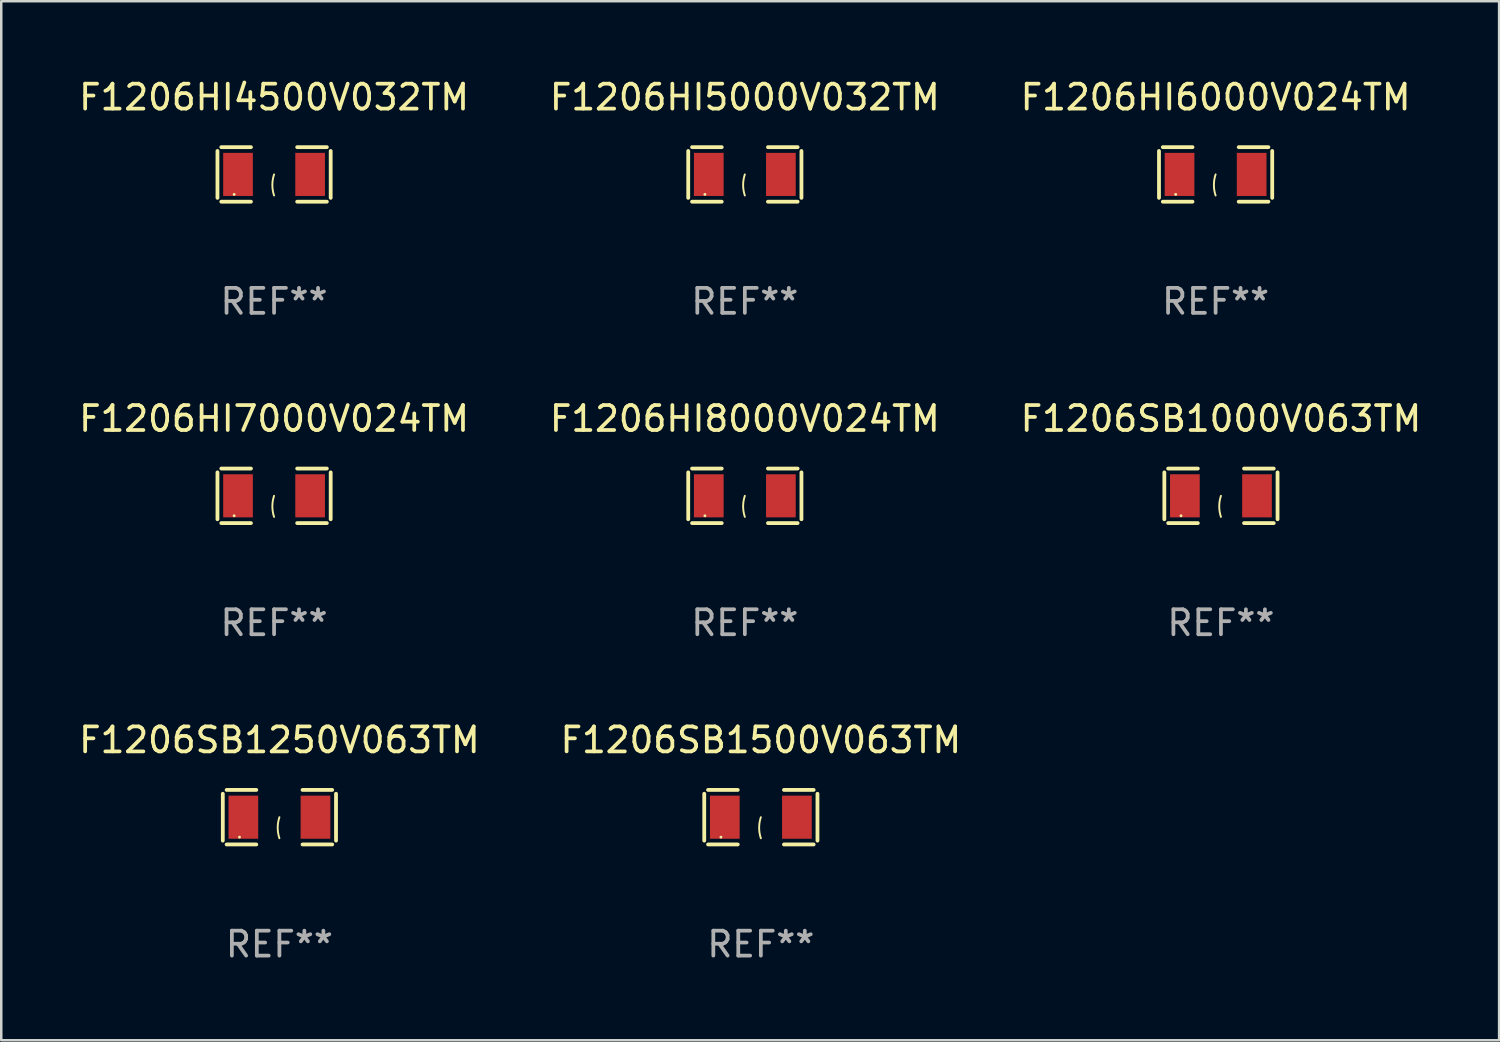
<source format=kicad_pcb>
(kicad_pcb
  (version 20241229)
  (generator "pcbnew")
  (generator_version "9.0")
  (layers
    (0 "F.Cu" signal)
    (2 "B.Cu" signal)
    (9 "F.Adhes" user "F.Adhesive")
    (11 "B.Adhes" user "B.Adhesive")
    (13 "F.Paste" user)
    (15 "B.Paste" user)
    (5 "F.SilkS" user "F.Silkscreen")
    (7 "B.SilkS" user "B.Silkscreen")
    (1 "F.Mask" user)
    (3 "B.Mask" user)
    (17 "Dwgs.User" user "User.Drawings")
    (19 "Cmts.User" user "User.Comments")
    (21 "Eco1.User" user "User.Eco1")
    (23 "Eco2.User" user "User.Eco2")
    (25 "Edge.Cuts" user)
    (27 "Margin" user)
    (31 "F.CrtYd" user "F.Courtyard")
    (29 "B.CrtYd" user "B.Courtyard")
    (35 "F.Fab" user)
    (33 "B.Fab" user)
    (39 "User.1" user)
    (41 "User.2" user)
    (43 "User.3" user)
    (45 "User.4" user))
  (footprint "F1206SB1250V063TM"
    (layer "F.Cu")
    (at 8.149 29.704)
    (property "Reference" "F1206SB1250V063TM" (at 0 -3.093 0) (layer "F.SilkS") (effects (font (size 1 1) (thickness 0.15))))
    (attr through_hole)
    (fp_line (start -2.269 -0.94) (end -2.269 0.94) (stroke (width 0.152) (type solid)) (layer "F.SilkS"))
    (fp_line (start -2.116 1.093) (end -0.926 1.093) (stroke (width 0.152) (type solid)) (layer "F.SilkS"))
    (fp_line (start -0.926 -1.093) (end -2.116 -1.093) (stroke (width 0.152) (type solid)) (layer "F.SilkS"))
    (fp_line (start 0.926 -1.093) (end 2.116 -1.093) (stroke (width 0.152) (type solid)) (layer "F.SilkS"))
    (fp_line (start 2.116 1.093) (end 0.926 1.093) (stroke (width 0.152) (type solid)) (layer "F.SilkS"))
    (fp_line (start 2.269 -0.94) (end 2.269 0.94) (stroke (width 0.152) (type solid)) (layer "F.SilkS"))
    (fp_arc (start 0 0.844951) (mid -0.068559 0.422475) (end 0 0) (stroke (width 0.0762) (type solid)) (layer "F.SilkS"))
    (fp_circle (center -1.6 0.8) (end -1.57 0.8) (stroke (width 0.06) (type solid)) (fill no) (layer "F.SilkS"))
    (fp_text user "REF**" (at 0 5.093 0) (layer "F.Fab") (effects (font (size 1 1) (thickness 0.15))))
    (pad "1" smd rect (at -1.445 0) (size 1.19 1.728) (layers "F.Cu" "F.Mask" "F.Paste"))
    (pad "2" smd rect (at 1.445 0) (size 1.19 1.728) (layers "F.Cu" "F.Mask" "F.Paste")))
  (footprint "F1206SB1000V063TM"
    (layer "F.Cu")
    (at 45.887 16.823)
    (property "Reference" "F1206SB1000V063TM" (at 0 -3.093 0) (layer "F.SilkS") (effects (font (size 1 1) (thickness 0.15))))
    (attr through_hole)
    (fp_line (start -2.269 -0.94) (end -2.269 0.94) (stroke (width 0.152) (type solid)) (layer "F.SilkS"))
    (fp_line (start -2.116 1.093) (end -0.926 1.093) (stroke (width 0.152) (type solid)) (layer "F.SilkS"))
    (fp_line (start -0.926 -1.093) (end -2.116 -1.093) (stroke (width 0.152) (type solid)) (layer "F.SilkS"))
    (fp_line (start 0.926 -1.093) (end 2.116 -1.093) (stroke (width 0.152) (type solid)) (layer "F.SilkS"))
    (fp_line (start 2.116 1.093) (end 0.926 1.093) (stroke (width 0.152) (type solid)) (layer "F.SilkS"))
    (fp_line (start 2.269 -0.94) (end 2.269 0.94) (stroke (width 0.152) (type solid)) (layer "F.SilkS"))
    (fp_arc (start 0 0.844951) (mid -0.068559 0.422475) (end 0 0) (stroke (width 0.0762) (type solid)) (layer "F.SilkS"))
    (fp_circle (center -1.6 0.8) (end -1.57 0.8) (stroke (width 0.06) (type solid)) (fill no) (layer "F.SilkS"))
    (fp_text user "REF**" (at 0 5.093 0) (layer "F.Fab") (effects (font (size 1 1) (thickness 0.15))))
    (pad "1" smd rect (at -1.445 0) (size 1.19 1.728) (layers "F.Cu" "F.Mask" "F.Paste"))
    (pad "2" smd rect (at 1.445 0) (size 1.19 1.728) (layers "F.Cu" "F.Mask" "F.Paste")))
  (footprint "F1206HI5000V032TM"
    (layer "F.Cu")
    (at 26.804 3.941)
    (property "Reference" "F1206HI5000V032TM" (at 0 -3.093 0) (layer "F.SilkS") (effects (font (size 1 1) (thickness 0.15))))
    (attr through_hole)
    (fp_line (start -2.269 -0.94) (end -2.269 0.94) (stroke (width 0.152) (type solid)) (layer "F.SilkS"))
    (fp_line (start -2.116 1.093) (end -0.926 1.093) (stroke (width 0.152) (type solid)) (layer "F.SilkS"))
    (fp_line (start -0.926 -1.093) (end -2.116 -1.093) (stroke (width 0.152) (type solid)) (layer "F.SilkS"))
    (fp_line (start 0.926 -1.093) (end 2.116 -1.093) (stroke (width 0.152) (type solid)) (layer "F.SilkS"))
    (fp_line (start 2.116 1.093) (end 0.926 1.093) (stroke (width 0.152) (type solid)) (layer "F.SilkS"))
    (fp_line (start 2.269 -0.94) (end 2.269 0.94) (stroke (width 0.152) (type solid)) (layer "F.SilkS"))
    (fp_arc (start 0 0.844951) (mid -0.068559 0.422475) (end 0 0) (stroke (width 0.0762) (type solid)) (layer "F.SilkS"))
    (fp_circle (center -1.6 0.8) (end -1.57 0.8) (stroke (width 0.06) (type solid)) (fill no) (layer "F.SilkS"))
    (fp_text user "REF**" (at 0 5.093 0) (layer "F.Fab") (effects (font (size 1 1) (thickness 0.15))))
    (pad "1" smd rect (at -1.445 0) (size 1.19 1.728) (layers "F.Cu" "F.Mask" "F.Paste"))
    (pad "2" smd rect (at 1.445 0) (size 1.19 1.728) (layers "F.Cu" "F.Mask" "F.Paste")))
  (footprint "F1206HI4500V032TM"
    (layer "F.Cu")
    (at 7.935 3.941)
    (property "Reference" "F1206HI4500V032TM" (at 0 -3.093 0) (layer "F.SilkS") (effects (font (size 1 1) (thickness 0.15))))
    (attr through_hole)
    (fp_line (start -2.269 -0.94) (end -2.269 0.94) (stroke (width 0.152) (type solid)) (layer "F.SilkS"))
    (fp_line (start -2.116 1.093) (end -0.926 1.093) (stroke (width 0.152) (type solid)) (layer "F.SilkS"))
    (fp_line (start -0.926 -1.093) (end -2.116 -1.093) (stroke (width 0.152) (type solid)) (layer "F.SilkS"))
    (fp_line (start 0.926 -1.093) (end 2.116 -1.093) (stroke (width 0.152) (type solid)) (layer "F.SilkS"))
    (fp_line (start 2.116 1.093) (end 0.926 1.093) (stroke (width 0.152) (type solid)) (layer "F.SilkS"))
    (fp_line (start 2.269 -0.94) (end 2.269 0.94) (stroke (width 0.152) (type solid)) (layer "F.SilkS"))
    (fp_arc (start 0 0.844951) (mid -0.068559 0.422475) (end 0 0) (stroke (width 0.0762) (type solid)) (layer "F.SilkS"))
    (fp_circle (center -1.6 0.8) (end -1.57 0.8) (stroke (width 0.06) (type solid)) (fill no) (layer "F.SilkS"))
    (fp_text user "REF**" (at 0 5.093 0) (layer "F.Fab") (effects (font (size 1 1) (thickness 0.15))))
    (pad "1" smd rect (at -1.445 0) (size 1.19 1.728) (layers "F.Cu" "F.Mask" "F.Paste"))
    (pad "2" smd rect (at 1.445 0) (size 1.19 1.728) (layers "F.Cu" "F.Mask" "F.Paste")))
  (footprint "F1206HI6000V024TM"
    (layer "F.Cu")
    (at 45.673 3.941)
    (property "Reference" "F1206HI6000V024TM" (at 0 -3.093 0) (layer "F.SilkS") (effects (font (size 1 1) (thickness 0.15))))
    (attr through_hole)
    (fp_line (start -2.269 -0.94) (end -2.269 0.94) (stroke (width 0.152) (type solid)) (layer "F.SilkS"))
    (fp_line (start -2.116 1.093) (end -0.926 1.093) (stroke (width 0.152) (type solid)) (layer "F.SilkS"))
    (fp_line (start -0.926 -1.093) (end -2.116 -1.093) (stroke (width 0.152) (type solid)) (layer "F.SilkS"))
    (fp_line (start 0.926 -1.093) (end 2.116 -1.093) (stroke (width 0.152) (type solid)) (layer "F.SilkS"))
    (fp_line (start 2.116 1.093) (end 0.926 1.093) (stroke (width 0.152) (type solid)) (layer "F.SilkS"))
    (fp_line (start 2.269 -0.94) (end 2.269 0.94) (stroke (width 0.152) (type solid)) (layer "F.SilkS"))
    (fp_arc (start 0 0.844951) (mid -0.068559 0.422475) (end 0 0) (stroke (width 0.0762) (type solid)) (layer "F.SilkS"))
    (fp_circle (center -1.6 0.8) (end -1.57 0.8) (stroke (width 0.06) (type solid)) (fill no) (layer "F.SilkS"))
    (fp_text user "REF**" (at 0 5.093 0) (layer "F.Fab") (effects (font (size 1 1) (thickness 0.15))))
    (pad "1" smd rect (at -1.445 0) (size 1.19 1.728) (layers "F.Cu" "F.Mask" "F.Paste"))
    (pad "2" smd rect (at 1.445 0) (size 1.19 1.728) (layers "F.Cu" "F.Mask" "F.Paste")))
  (footprint "F1206SB1500V063TM"
    (layer "F.Cu")
    (at 27.446 29.704)
    (property "Reference" "F1206SB1500V063TM" (at 0 -3.093 0) (layer "F.SilkS") (effects (font (size 1 1) (thickness 0.15))))
    (attr through_hole)
    (fp_line (start -2.269 -0.94) (end -2.269 0.94) (stroke (width 0.152) (type solid)) (layer "F.SilkS"))
    (fp_line (start -2.116 1.093) (end -0.926 1.093) (stroke (width 0.152) (type solid)) (layer "F.SilkS"))
    (fp_line (start -0.926 -1.093) (end -2.116 -1.093) (stroke (width 0.152) (type solid)) (layer "F.SilkS"))
    (fp_line (start 0.926 -1.093) (end 2.116 -1.093) (stroke (width 0.152) (type solid)) (layer "F.SilkS"))
    (fp_line (start 2.116 1.093) (end 0.926 1.093) (stroke (width 0.152) (type solid)) (layer "F.SilkS"))
    (fp_line (start 2.269 -0.94) (end 2.269 0.94) (stroke (width 0.152) (type solid)) (layer "F.SilkS"))
    (fp_arc (start 0 0.844951) (mid -0.068559 0.422475) (end 0 0) (stroke (width 0.0762) (type solid)) (layer "F.SilkS"))
    (fp_circle (center -1.6 0.8) (end -1.57 0.8) (stroke (width 0.06) (type solid)) (fill no) (layer "F.SilkS"))
    (fp_text user "REF**" (at 0 5.093 0) (layer "F.Fab") (effects (font (size 1 1) (thickness 0.15))))
    (pad "1" smd rect (at -1.445 0) (size 1.19 1.728) (layers "F.Cu" "F.Mask" "F.Paste"))
    (pad "2" smd rect (at 1.445 0) (size 1.19 1.728) (layers "F.Cu" "F.Mask" "F.Paste")))
  (footprint "F1206HI8000V024TM"
    (layer "F.Cu")
    (at 26.804 16.823)
    (property "Reference" "F1206HI8000V024TM" (at 0 -3.093 0) (layer "F.SilkS") (effects (font (size 1 1) (thickness 0.15))))
    (attr through_hole)
    (fp_line (start -2.269 -0.94) (end -2.269 0.94) (stroke (width 0.152) (type solid)) (layer "F.SilkS"))
    (fp_line (start -2.116 1.093) (end -0.926 1.093) (stroke (width 0.152) (type solid)) (layer "F.SilkS"))
    (fp_line (start -0.926 -1.093) (end -2.116 -1.093) (stroke (width 0.152) (type solid)) (layer "F.SilkS"))
    (fp_line (start 0.926 -1.093) (end 2.116 -1.093) (stroke (width 0.152) (type solid)) (layer "F.SilkS"))
    (fp_line (start 2.116 1.093) (end 0.926 1.093) (stroke (width 0.152) (type solid)) (layer "F.SilkS"))
    (fp_line (start 2.269 -0.94) (end 2.269 0.94) (stroke (width 0.152) (type solid)) (layer "F.SilkS"))
    (fp_arc (start 0 0.844951) (mid -0.068559 0.422475) (end 0 0) (stroke (width 0.0762) (type solid)) (layer "F.SilkS"))
    (fp_circle (center -1.6 0.8) (end -1.57 0.8) (stroke (width 0.06) (type solid)) (fill no) (layer "F.SilkS"))
    (fp_text user "REF**" (at 0 5.093 0) (layer "F.Fab") (effects (font (size 1 1) (thickness 0.15))))
    (pad "1" smd rect (at -1.445 0) (size 1.19 1.728) (layers "F.Cu" "F.Mask" "F.Paste"))
    (pad "2" smd rect (at 1.445 0) (size 1.19 1.728) (layers "F.Cu" "F.Mask" "F.Paste")))
  (footprint "F1206HI7000V024TM"
    (layer "F.Cu")
    (at 7.935 16.823)
    (property "Reference" "F1206HI7000V024TM" (at 0 -3.093 0) (layer "F.SilkS") (effects (font (size 1 1) (thickness 0.15))))
    (attr through_hole)
    (fp_line (start -2.269 -0.94) (end -2.269 0.94) (stroke (width 0.152) (type solid)) (layer "F.SilkS"))
    (fp_line (start -2.116 1.093) (end -0.926 1.093) (stroke (width 0.152) (type solid)) (layer "F.SilkS"))
    (fp_line (start -0.926 -1.093) (end -2.116 -1.093) (stroke (width 0.152) (type solid)) (layer "F.SilkS"))
    (fp_line (start 0.926 -1.093) (end 2.116 -1.093) (stroke (width 0.152) (type solid)) (layer "F.SilkS"))
    (fp_line (start 2.116 1.093) (end 0.926 1.093) (stroke (width 0.152) (type solid)) (layer "F.SilkS"))
    (fp_line (start 2.269 -0.94) (end 2.269 0.94) (stroke (width 0.152) (type solid)) (layer "F.SilkS"))
    (fp_arc (start 0 0.844951) (mid -0.068559 0.422475) (end 0 0) (stroke (width 0.0762) (type solid)) (layer "F.SilkS"))
    (fp_circle (center -1.6 0.8) (end -1.57 0.8) (stroke (width 0.06) (type solid)) (fill no) (layer "F.SilkS"))
    (fp_text user "REF**" (at 0 5.093 0) (layer "F.Fab") (effects (font (size 1 1) (thickness 0.15))))
    (pad "1" smd rect (at -1.445 0) (size 1.19 1.728) (layers "F.Cu" "F.Mask" "F.Paste"))
    (pad "2" smd rect (at 1.445 0) (size 1.19 1.728) (layers "F.Cu" "F.Mask" "F.Paste")))
  (gr_rect
    (start -3 -3)
    (end 57.036 38.645)
    (stroke (width 0.1) (type default))
    (fill no)
    (layer "Edge.Cuts")))
</source>
